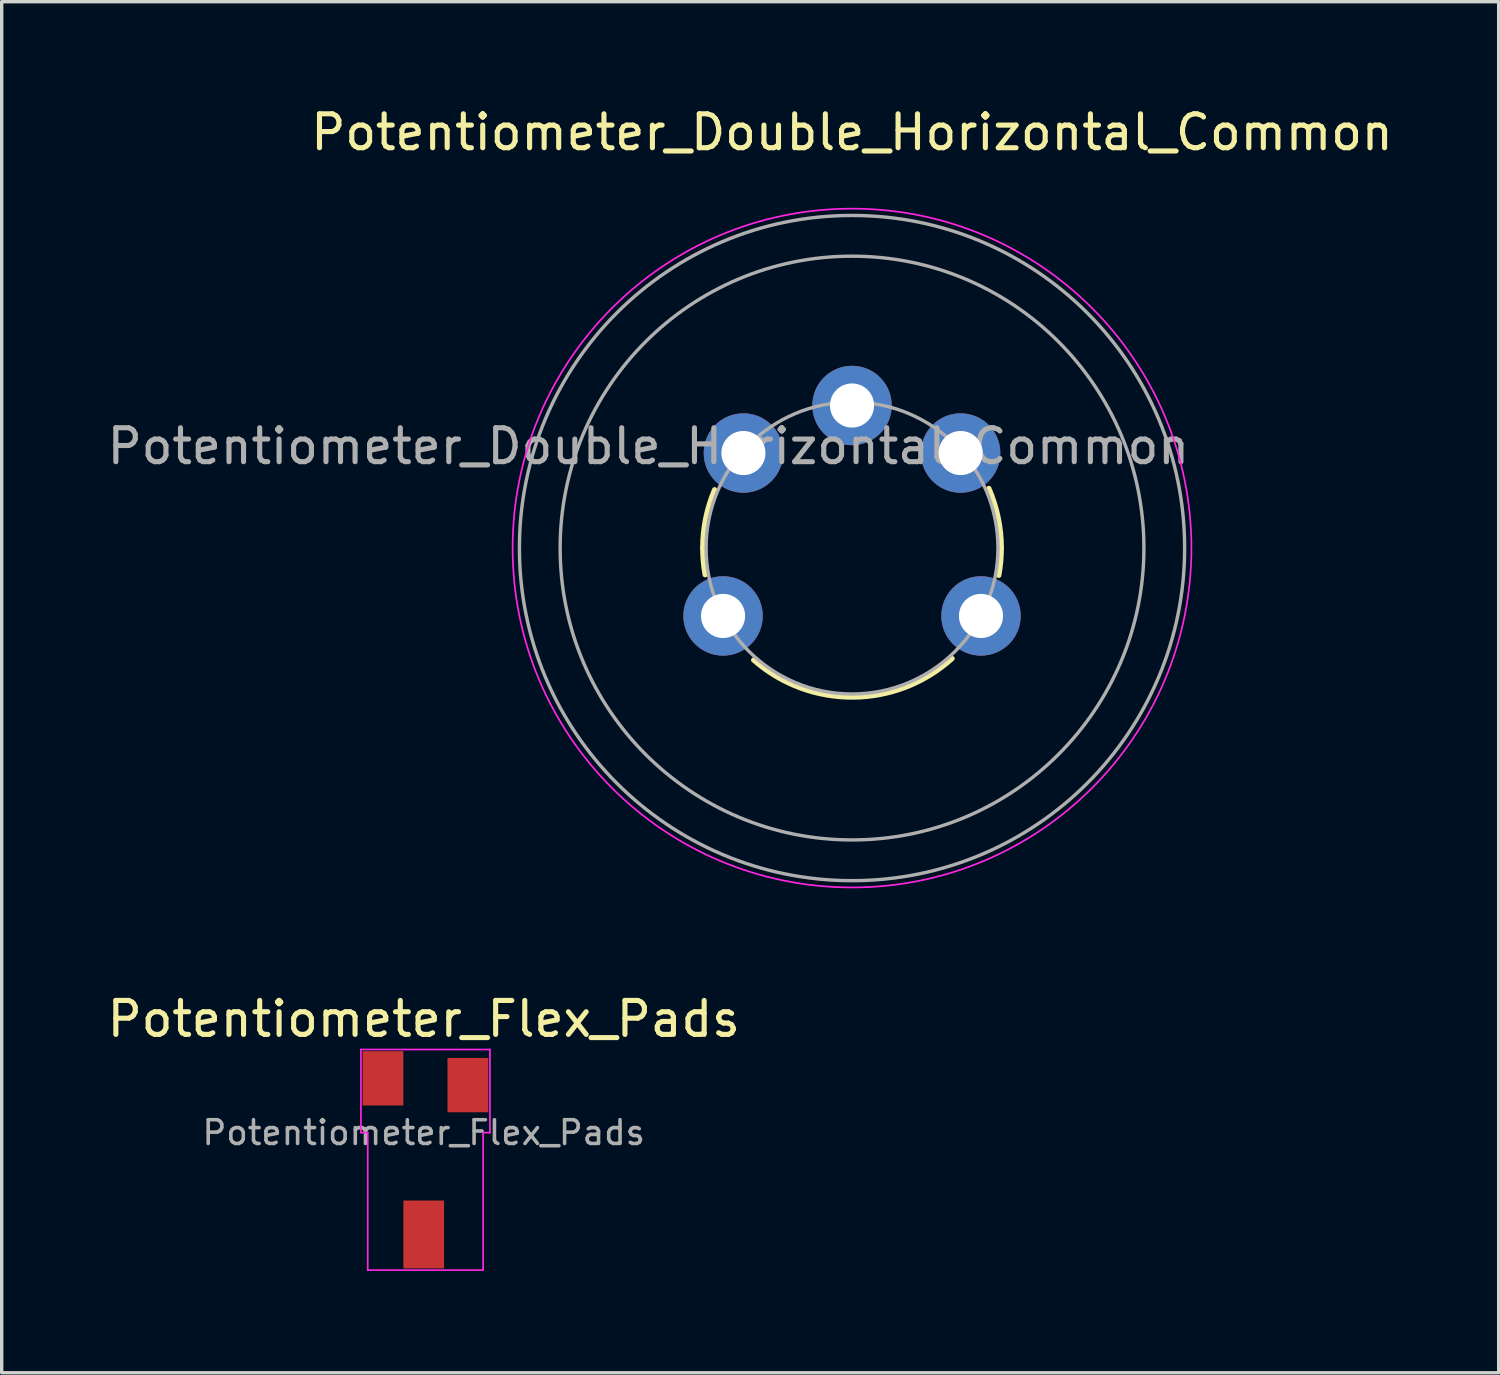
<source format=kicad_pcb>
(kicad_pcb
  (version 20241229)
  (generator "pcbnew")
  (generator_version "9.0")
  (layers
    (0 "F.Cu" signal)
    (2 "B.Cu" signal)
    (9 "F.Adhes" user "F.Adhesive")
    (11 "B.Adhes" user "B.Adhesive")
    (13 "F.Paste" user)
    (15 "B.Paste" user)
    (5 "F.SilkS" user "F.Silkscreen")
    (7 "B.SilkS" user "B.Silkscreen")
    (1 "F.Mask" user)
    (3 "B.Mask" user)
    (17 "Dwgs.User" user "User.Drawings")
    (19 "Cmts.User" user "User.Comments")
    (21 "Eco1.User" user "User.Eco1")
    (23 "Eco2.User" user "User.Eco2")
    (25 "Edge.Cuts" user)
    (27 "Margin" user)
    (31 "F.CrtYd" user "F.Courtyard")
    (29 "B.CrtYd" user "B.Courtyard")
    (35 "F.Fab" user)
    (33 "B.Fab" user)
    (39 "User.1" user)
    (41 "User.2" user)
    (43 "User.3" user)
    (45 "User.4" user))
  (footprint "Potentiometer_Flex_Pads"
    (layer "F.Cu")
    (at 9.435 30.322)
    (property "Reference" "Potentiometer_Flex_Pads" (at 0 -3.35 0) (layer "F.SilkS") (effects (font (size 1 1) (thickness 0.15))))
    (attr smd)
    (fp_line (start -1.85 -2.45) (end 1.95 -2.45) (stroke (width 0.05) (type solid)) (layer "F.CrtYd"))
    (fp_line (start -1.85 0) (end -1.85 -2.45) (stroke (width 0.05) (type solid)) (layer "F.CrtYd"))
    (fp_line (start -1.65 0) (end -1.85 0) (stroke (width 0.05) (type solid)) (layer "F.CrtYd"))
    (fp_line (start -1.65 4.05) (end -1.65 0) (stroke (width 0.05) (type solid)) (layer "F.CrtYd"))
    (fp_line (start 1.75 4.05) (end -1.65 4.05) (stroke (width 0.05) (type solid)) (layer "F.CrtYd"))
    (fp_line (start 1.75 4.05) (end 1.75 0) (stroke (width 0.05) (type solid)) (layer "F.CrtYd"))
    (fp_line (start 1.95 -2.45) (end 1.95 0) (stroke (width 0.05) (type solid)) (layer "F.CrtYd"))
    (fp_line (start 1.95 0) (end 1.75 0) (stroke (width 0.05) (type solid)) (layer "F.CrtYd"))
    (fp_text user "${REFERENCE}" (at 0 0 0) (layer "F.Fab") (effects (font (size 0.7 0.7) (thickness 0.105))))
    (pad "1" smd rect (at 1.3 -1.4) (size 1.2 1.6) (layers "F.Cu" "F.Mask" "F.Paste"))
    (pad "2" smd rect (at -1.2 -1.6) (size 1.2 1.6) (layers "F.Cu" "F.Mask" "F.Paste"))
    (pad "3" smd rect (at 0 3) (size 1.2 2) (layers "F.Cu" "F.Mask" "F.Paste")))
  (footprint "Potentiometer_Double_Horizontal_Common"
    (layer "F.Cu")
    (at 22.054 15.098)
    (property "Reference" "Potentiometer_Double_Horizontal_Common" (at 0 -14.25 0) (layer "F.SilkS") (effects (font (size 1 1) (thickness 0.15))))
    (attr through_hole)
    (fp_arc (start -4.4 -2) (mid -4.311473 -2.878178) (end -4.049456 -3.721019) (stroke (width 0.15) (type default)) (layer "F.SilkS"))
    (fp_arc (start -4.329028 -1.212904) (mid -4.382221 -1.604855) (end -4.4 -2) (stroke (width 0.15) (type default)) (layer "F.SilkS"))
    (fp_arc (start 2.950103 1.255286) (mid 0.033577 2.393048) (end -2.9 1.3) (stroke (width 0.15) (type default)) (layer "F.SilkS"))
    (fp_arc (start 4.033463 -3.758175) (mid 4.307391 -2.897988) (end 4.4 -2) (stroke (width 0.15) (type default)) (layer "F.SilkS"))
    (fp_arc (start 4.4 -2) (mid 4.381404 -1.595895) (end 4.325772 -1.195205) (stroke (width 0.15) (type default)) (layer "F.SilkS"))
    (fp_circle (center 0 -2) (end 10 -2) (stroke (width 0.05) (type default)) (fill no) (layer "F.CrtYd"))
    (fp_circle (center 0 -2) (end 4.3 -2) (stroke (width 0.1) (type default)) (fill no) (layer "F.Fab"))
    (fp_circle (center 0 -2) (end 8.6 -2) (stroke (width 0.1) (type default)) (fill no) (layer "F.Fab"))
    (fp_circle (center 0 -2) (end 9.8 -2) (stroke (width 0.1) (type default)) (fill no) (layer "F.Fab"))
    (fp_text user "${REFERENCE}" (at -6 -5 0) (layer "F.Fab") (effects (font (size 1 1) (thickness 0.15))))
    (pad "1" thru_hole circle (at -3.8 0) (size 2.34 2.34) (drill 1.3) (layers "*.Cu" "*.Mask"))
    (pad "2" thru_hole circle (at -3.2 -4.8) (size 2.34 2.34) (drill 1.3) (layers "*.Cu" "*.Mask"))
    (pad "3" thru_hole circle (at 0 -6.2) (size 2.34 2.34) (drill 1.3) (layers "*.Cu" "*.Mask"))
    (pad "4" thru_hole circle (at 3.2 -4.8) (size 2.34 2.34) (drill 1.3) (layers "*.Cu" "*.Mask"))
    (pad "5" thru_hole circle (at 3.8 0) (size 2.34 2.34) (drill 1.3) (layers "*.Cu" "*.Mask")))
  (gr_rect
    (start -3 -3)
    (end 41.107 37.397)
    (stroke (width 0.1) (type default))
    (fill no)
    (layer "Edge.Cuts")))
</source>
